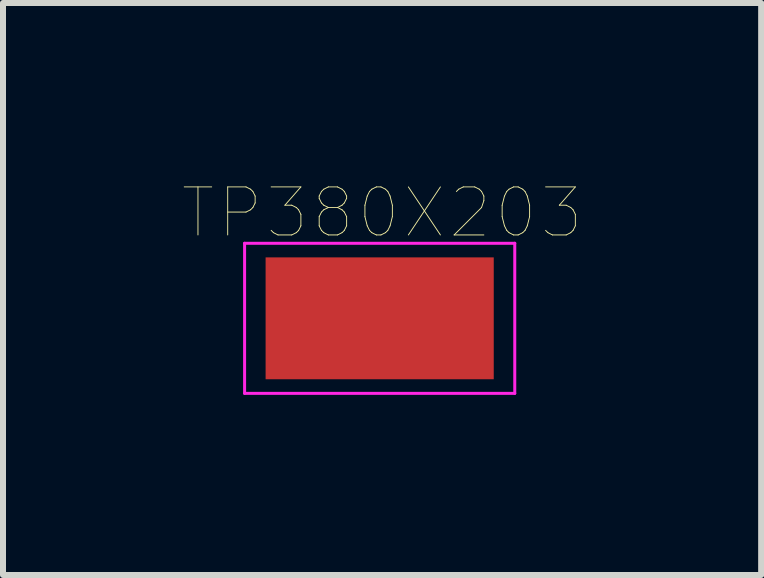
<source format=kicad_pcb>
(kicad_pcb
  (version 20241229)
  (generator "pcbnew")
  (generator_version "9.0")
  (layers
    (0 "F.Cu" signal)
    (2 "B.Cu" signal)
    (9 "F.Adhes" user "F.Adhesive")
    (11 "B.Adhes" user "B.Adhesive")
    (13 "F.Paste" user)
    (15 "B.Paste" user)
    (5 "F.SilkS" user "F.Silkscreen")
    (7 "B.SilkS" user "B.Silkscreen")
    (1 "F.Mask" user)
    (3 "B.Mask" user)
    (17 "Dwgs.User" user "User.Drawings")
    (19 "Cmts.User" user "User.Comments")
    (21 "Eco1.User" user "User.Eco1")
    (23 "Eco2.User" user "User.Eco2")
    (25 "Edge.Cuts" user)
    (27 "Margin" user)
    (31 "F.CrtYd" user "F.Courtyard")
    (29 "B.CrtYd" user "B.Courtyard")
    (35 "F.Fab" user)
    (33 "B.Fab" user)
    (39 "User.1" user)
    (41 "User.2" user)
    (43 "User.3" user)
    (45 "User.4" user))
  (footprint "TP380X203"
    (layer "F.Cu")
    (at 3.274 2.252)
    (property "Reference" "TP380X203" (at 0.04 -1.758 0) (layer "F.SilkS") (effects (font (size 0.8 0.8) (thickness 0.015))))
    (attr through_hole)
    (fp_line (start -2.25 -1.25) (end 2.25 -1.25) (stroke (width 0.05) (type solid)) (layer "F.CrtYd"))
    (fp_line (start -2.25 1.25) (end -2.25 -1.25) (stroke (width 0.05) (type solid)) (layer "F.CrtYd"))
    (fp_line (start 2.25 -1.25) (end 2.25 1.25) (stroke (width 0.05) (type solid)) (layer "F.CrtYd"))
    (fp_line (start 2.25 1.25) (end -2.25 1.25) (stroke (width 0.05) (type solid)) (layer "F.CrtYd"))
    (pad "1" smd rect (at 0 0) (size 3.8 2.03) (layers "F.Cu" "F.Mask" "F.Paste")))
  (gr_rect
    (start -3 -3)
    (end 9.628 6.527)
    (stroke (width 0.1) (type default))
    (fill no)
    (layer "Edge.Cuts")))
</source>
